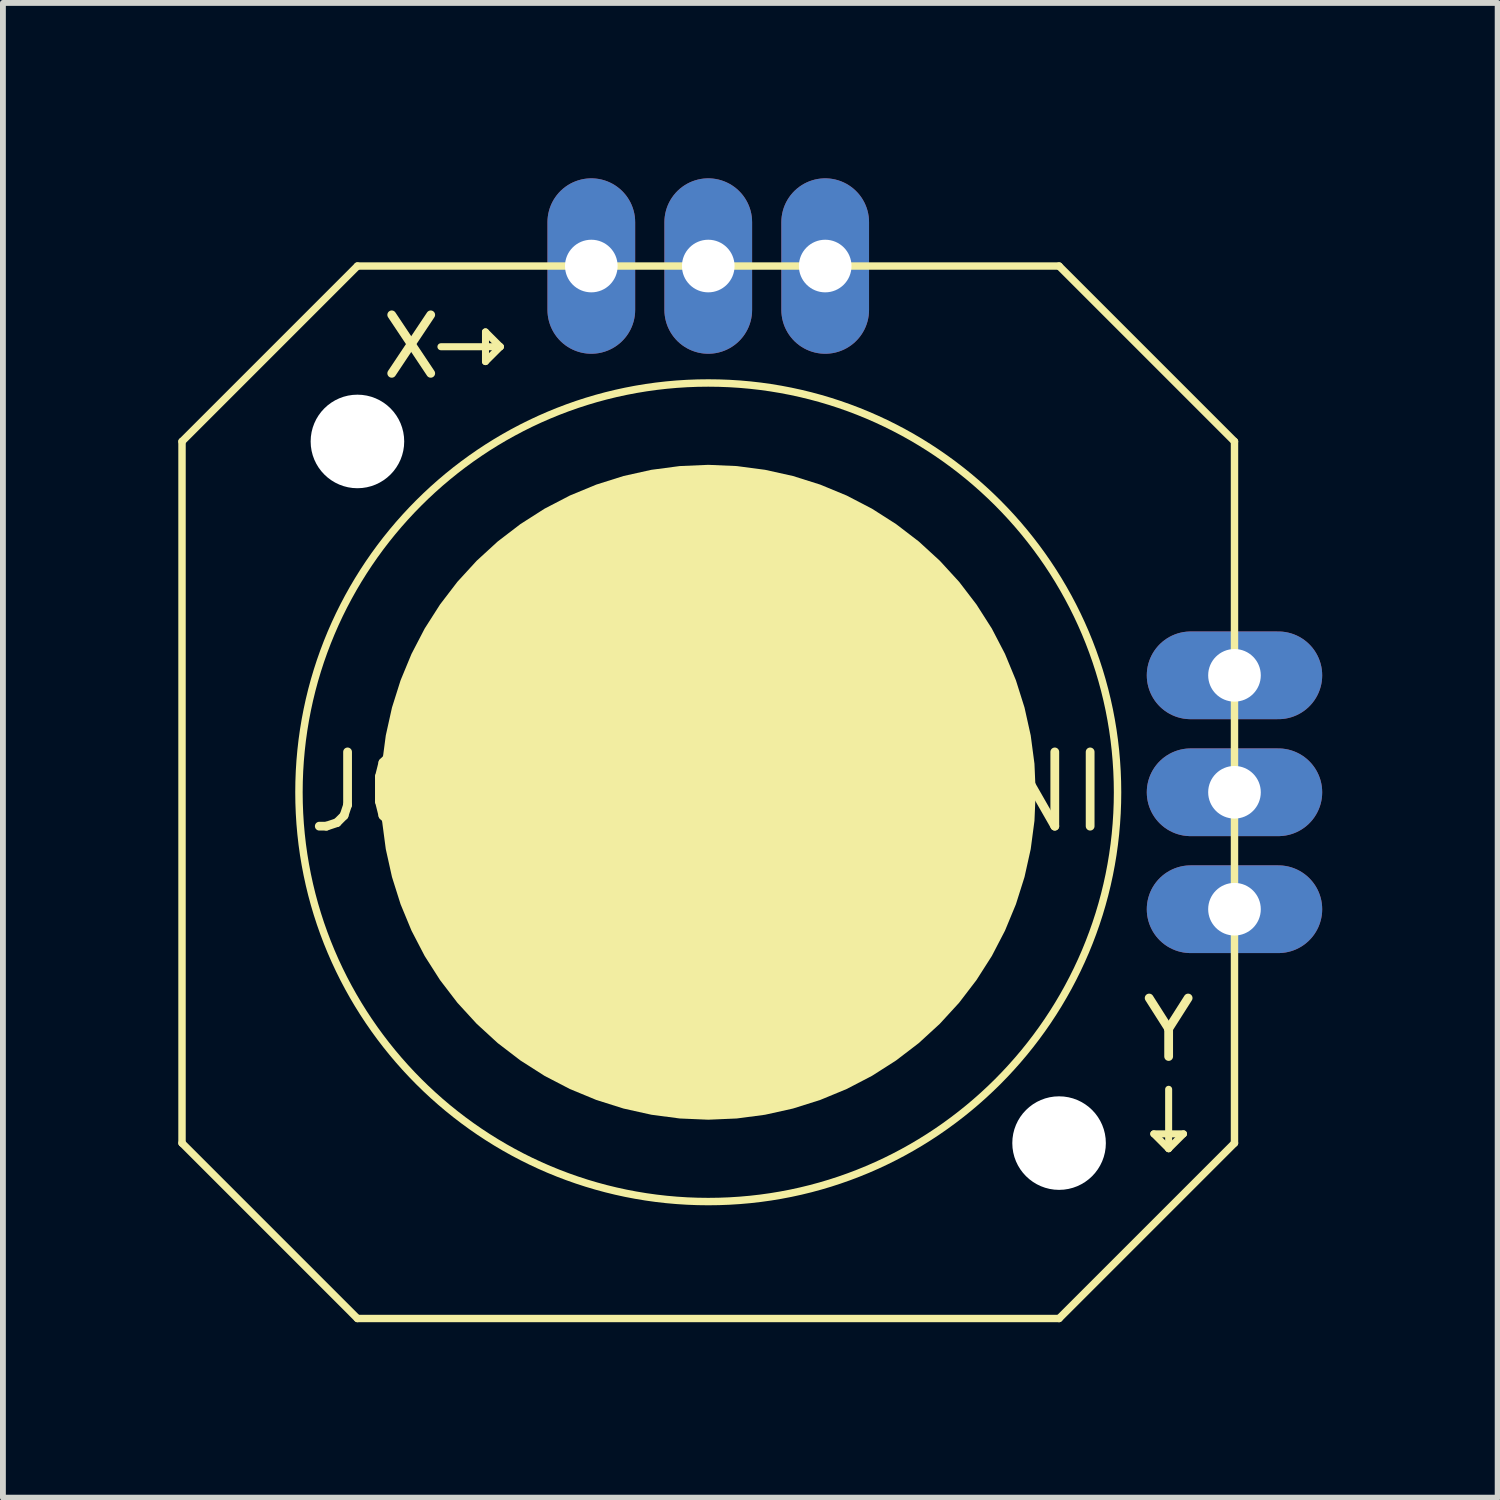
<source format=kicad_pcb>
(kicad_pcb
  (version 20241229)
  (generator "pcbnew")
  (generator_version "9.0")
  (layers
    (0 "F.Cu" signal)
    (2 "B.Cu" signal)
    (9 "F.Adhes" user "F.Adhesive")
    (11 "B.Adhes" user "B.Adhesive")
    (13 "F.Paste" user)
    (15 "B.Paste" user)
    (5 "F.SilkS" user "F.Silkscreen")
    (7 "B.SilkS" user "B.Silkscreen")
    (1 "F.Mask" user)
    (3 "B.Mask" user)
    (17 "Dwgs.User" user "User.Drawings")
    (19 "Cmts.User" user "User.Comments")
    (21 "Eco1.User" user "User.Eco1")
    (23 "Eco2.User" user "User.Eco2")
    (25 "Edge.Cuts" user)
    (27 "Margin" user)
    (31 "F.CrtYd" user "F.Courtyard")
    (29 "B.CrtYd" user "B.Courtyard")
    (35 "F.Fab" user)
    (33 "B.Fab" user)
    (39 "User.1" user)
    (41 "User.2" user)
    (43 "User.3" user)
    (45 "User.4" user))
  (footprint "JOYSTICK_MINI"
    (layer "F.Cu")
    (at 9.063 10.5)
    (property "Reference" "JOYSTICK_MINI" (at 0 0 0) (layer "F.SilkS") (effects (font (size 1.27 1.27) (thickness 0.15))))
    (attr through_hole)
    (fp_line (start -9 -6) (end -6 -9) (stroke (width 0.127) (type solid)) (layer "F.SilkS"))
    (fp_line (start -9 6) (end -9 -6) (stroke (width 0.127) (type solid)) (layer "F.SilkS"))
    (fp_line (start -6 -9) (end 6 -9) (stroke (width 0.127) (type solid)) (layer "F.SilkS"))
    (fp_line (start -6 9) (end -9 6) (stroke (width 0.127) (type solid)) (layer "F.SilkS"))
    (fp_line (start -4.572 -7.62) (end -3.556 -7.62) (stroke (width 0.12) (type solid)) (layer "F.SilkS"))
    (fp_line (start -3.81 -7.874) (end -3.81 -7.366) (stroke (width 0.12) (type solid)) (layer "F.SilkS"))
    (fp_line (start -3.81 -7.366) (end -3.556 -7.62) (stroke (width 0.12) (type solid)) (layer "F.SilkS"))
    (fp_line (start -3.556 -7.62) (end -3.81 -7.874) (stroke (width 0.12) (type solid)) (layer "F.SilkS"))
    (fp_line (start 6 -9) (end 9 -6) (stroke (width 0.127) (type solid)) (layer "F.SilkS"))
    (fp_line (start 6 9) (end -6 9) (stroke (width 0.127) (type solid)) (layer "F.SilkS"))
    (fp_line (start 7.62 5.842) (end 7.874 6.096) (stroke (width 0.12) (type solid)) (layer "F.SilkS"))
    (fp_line (start 7.874 5.08) (end 7.874 6.096) (stroke (width 0.12) (type solid)) (layer "F.SilkS"))
    (fp_line (start 7.874 6.096) (end 8.128 5.842) (stroke (width 0.12) (type solid)) (layer "F.SilkS"))
    (fp_line (start 8.128 5.842) (end 7.62 5.842) (stroke (width 0.12) (type solid)) (layer "F.SilkS"))
    (fp_line (start 9 -6) (end 9 6) (stroke (width 0.127) (type solid)) (layer "F.SilkS"))
    (fp_line (start 9 6) (end 6 9) (stroke (width 0.127) (type solid)) (layer "F.SilkS"))
    (fp_circle (center 0 0) (end 7 0) (stroke (width 0.127) (type solid)) (fill no) (layer "F.SilkS"))
    (fp_poly (pts (xy 0 -5.6) (xy 0.488 -5.579) (xy 0.972 -5.515) (xy 1.449 -5.409) (xy 1.915 -5.262) (xy 2.367 -5.075) (xy 2.8 -4.85) (xy 3.212 -4.587) (xy 3.6 -4.29) (xy 3.96 -3.96) (xy 4.29 -3.6) (xy 4.587 -3.212) (xy 4.85 -2.8) (xy 5.075 -2.367) (xy 5.262 -1.915) (xy 5.409 -1.449) (xy 5.515 -0.972) (xy 5.579 -0.488) (xy 5.6 0) (xy 5.579 0.488) (xy 5.515 0.972) (xy 5.409 1.449) (xy 5.262 1.915) (xy 5.075 2.367) (xy 4.85 2.8) (xy 4.587 3.212) (xy 4.29 3.6) (xy 3.96 3.96) (xy 3.6 4.29) (xy 3.212 4.587) (xy 2.8 4.85) (xy 2.367 5.075) (xy 1.915 5.262) (xy 1.449 5.409) (xy 0.972 5.515) (xy 0.488 5.579) (xy 0 5.6) (xy -0.488 5.579) (xy -0.972 5.515) (xy -1.449 5.409) (xy -1.915 5.262) (xy -2.367 5.075) (xy -2.8 4.85) (xy -3.212 4.587) (xy -3.6 4.29) (xy -3.96 3.96) (xy -4.29 3.6) (xy -4.587 3.212) (xy -4.85 2.8) (xy -5.075 2.367) (xy -5.262 1.915) (xy -5.409 1.449) (xy -5.515 0.972) (xy -5.579 0.488) (xy -5.6 0) (xy -5.579 -0.488) (xy -5.515 -0.972) (xy -5.409 -1.449) (xy -5.262 -1.915) (xy -5.075 -2.367) (xy -4.85 -2.8) (xy -4.587 -3.212) (xy -4.29 -3.6) (xy -3.96 -3.96) (xy -3.6 -4.29) (xy -3.212 -4.587) (xy -2.8 -4.85) (xy -2.367 -5.075) (xy -1.915 -5.262) (xy -1.449 -5.409) (xy -0.972 -5.515) (xy -0.488 -5.579)) (stroke (width 0) (type solid)) (fill yes) (layer "F.SilkS"))
    (fp_text user "X" (at -5.08 -7.62 0) (layer "F.SilkS") (effects (font (size 1 1) (thickness 0.15))))
    (fp_text user "Y" (at 7.874 4.064 0) (layer "F.SilkS") (effects (font (size 1 1) (thickness 0.15))))
    (pad "" np_thru_hole circle (at -6 -6) (size 1.6 1.6) (drill 1.6) (layers "*.Cu" "*.Mask"))
    (pad "" np_thru_hole circle (at 6 6) (size 1.6 1.6) (drill 1.6) (layers "*.Cu" "*.Mask"))
    (pad "1" thru_hole oval (at -2 -9 90) (size 3 1.5) (drill 0.9) (layers "*.Cu" "*.Mask"))
    (pad "2" thru_hole oval (at 0 -9 90) (size 3 1.5) (drill 0.9) (layers "*.Cu" "*.Mask"))
    (pad "3" thru_hole oval (at 2 -9 90) (size 3 1.5) (drill 0.9) (layers "*.Cu" "*.Mask"))
    (pad "4" thru_hole oval (at 9 -2) (size 3 1.5) (drill 0.9) (layers "*.Cu" "*.Mask"))
    (pad "5" thru_hole oval (at 9 0) (size 3 1.5) (drill 0.9) (layers "*.Cu" "*.Mask"))
    (pad "6" thru_hole oval (at 9 2) (size 3 1.5) (drill 0.9) (layers "*.Cu" "*.Mask")))
  (gr_rect
    (start -3 -3)
    (end 22.564 22.564)
    (stroke (width 0.1) (type default))
    (fill no)
    (layer "Edge.Cuts")))
</source>
